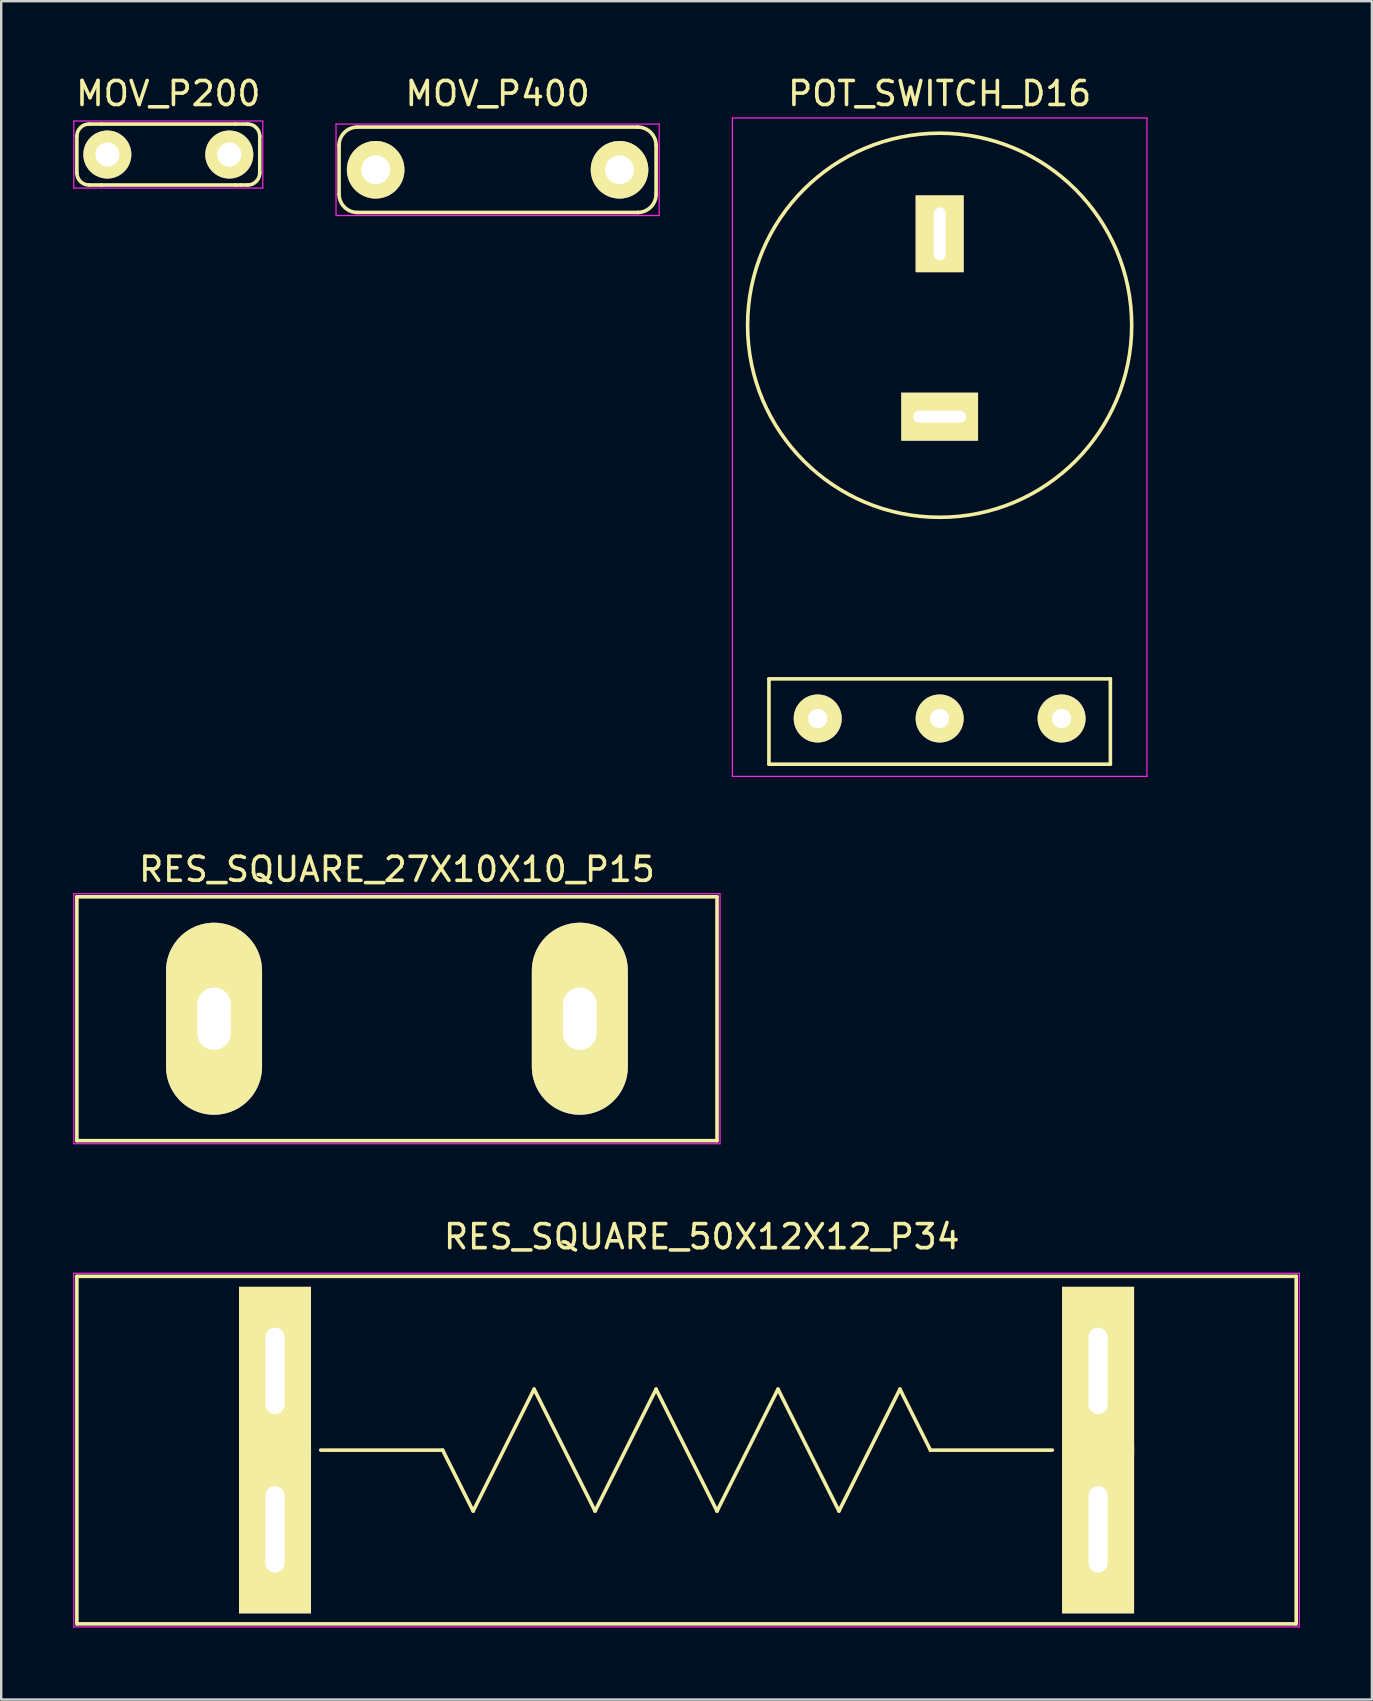
<source format=kicad_pcb>
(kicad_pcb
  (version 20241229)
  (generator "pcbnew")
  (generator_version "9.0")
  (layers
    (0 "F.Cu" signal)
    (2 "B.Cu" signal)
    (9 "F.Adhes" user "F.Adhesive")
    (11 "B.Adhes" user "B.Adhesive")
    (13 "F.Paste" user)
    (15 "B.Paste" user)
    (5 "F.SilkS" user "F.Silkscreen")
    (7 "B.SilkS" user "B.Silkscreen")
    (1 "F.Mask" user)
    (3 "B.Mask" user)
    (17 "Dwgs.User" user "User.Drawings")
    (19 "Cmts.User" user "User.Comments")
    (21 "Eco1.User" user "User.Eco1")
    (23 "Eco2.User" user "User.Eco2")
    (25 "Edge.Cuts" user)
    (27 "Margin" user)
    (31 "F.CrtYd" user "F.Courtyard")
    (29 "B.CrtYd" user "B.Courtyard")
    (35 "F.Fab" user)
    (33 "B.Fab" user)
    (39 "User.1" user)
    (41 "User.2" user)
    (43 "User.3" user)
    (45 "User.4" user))
  (footprint "POT_SWITCH_D16"
    (layer "F.Cu")
    (at 31.017 26.883)
    (property "Reference" "POT_SWITCH_D16" (at 5.08 -26.035 0) (layer "F.SilkS") (effects (font (size 1 1) (thickness 0.15))))
    (attr through_hole)
    (fp_line (start -2.032 -1.651) (end -2.032 1.905) (stroke (width 0.15) (type solid)) (layer "F.SilkS"))
    (fp_line (start -2.032 1.905) (end 12.192 1.905) (stroke (width 0.15) (type solid)) (layer "F.SilkS"))
    (fp_line (start 12.192 -1.651) (end -2.032 -1.651) (stroke (width 0.15) (type solid)) (layer "F.SilkS"))
    (fp_line (start 12.192 1.905) (end 12.192 -1.651) (stroke (width 0.15) (type solid)) (layer "F.SilkS"))
    (fp_circle (center 5.08 -16.383) (end 13.081 -16.383) (stroke (width 0.15) (type solid)) (fill no) (layer "F.SilkS"))
    (fp_line (start -3.556 -25.019) (end -3.556 2.413) (stroke (width 0.05) (type solid)) (layer "F.CrtYd"))
    (fp_line (start -3.556 2.413) (end 13.716 2.413) (stroke (width 0.05) (type solid)) (layer "F.CrtYd"))
    (fp_line (start 13.716 -25.019) (end -3.556 -25.019) (stroke (width 0.05) (type solid)) (layer "F.CrtYd"))
    (fp_line (start 13.716 2.413) (end 13.716 -25.019) (stroke (width 0.05) (type solid)) (layer "F.CrtYd"))
    (pad "1" thru_hole circle (at 0 0) (size 2 2) (drill 0.8) (layers "*.Cu" "*.Mask" "F.SilkS"))
    (pad "2" thru_hole circle (at 5.08 0) (size 2 2) (drill 0.8) (layers "*.Cu" "*.Mask" "F.SilkS"))
    (pad "3" thru_hole circle (at 10.16 0) (size 2 2) (drill 0.8) (layers "*.Cu" "*.Mask" "F.SilkS"))
    (pad "4" thru_hole trapezoid (at 5.08 -20.193) (size 2 3.2) (drill oval 0.5 2.2) (layers "*.Cu" "*.Mask" "F.SilkS"))
    (pad "5" thru_hole trapezoid (at 5.08 -12.573) (size 3.2 2) (drill oval 2.2 0.5) (layers "*.Cu" "*.Mask" "F.SilkS")))
  (footprint "RES_SQUARE_50X12X12_P34"
    (layer "F.Cu")
    (at 8.407 57.363)
    (property "Reference" "RES_SQUARE_50X12X12_P34" (at 17.78 -8.89 0) (layer "F.SilkS") (effects (font (size 1 1) (thickness 0.15))))
    (attr through_hole)
    (fp_line (start -8.255 -7.239) (end -8.255 7.239) (stroke (width 0.15) (type solid)) (layer "F.SilkS"))
    (fp_line (start -8.255 -7.239) (end 42.545 -7.239) (stroke (width 0.15) (type solid)) (layer "F.SilkS"))
    (fp_line (start 1.905 0) (end 6.985 0) (stroke (width 0.15) (type solid)) (layer "F.SilkS"))
    (fp_line (start 6.985 0) (end 8.255 2.54) (stroke (width 0.15) (type solid)) (layer "F.SilkS"))
    (fp_line (start 8.255 2.54) (end 10.795 -2.54) (stroke (width 0.15) (type solid)) (layer "F.SilkS"))
    (fp_line (start 10.795 -2.54) (end 13.335 2.54) (stroke (width 0.15) (type solid)) (layer "F.SilkS"))
    (fp_line (start 13.335 2.54) (end 15.875 -2.54) (stroke (width 0.15) (type solid)) (layer "F.SilkS"))
    (fp_line (start 15.875 -2.54) (end 18.415 2.54) (stroke (width 0.15) (type solid)) (layer "F.SilkS"))
    (fp_line (start 18.415 2.54) (end 20.955 -2.54) (stroke (width 0.15) (type solid)) (layer "F.SilkS"))
    (fp_line (start 20.955 -2.54) (end 23.495 2.54) (stroke (width 0.15) (type solid)) (layer "F.SilkS"))
    (fp_line (start 23.495 2.54) (end 26.035 -2.54) (stroke (width 0.15) (type solid)) (layer "F.SilkS"))
    (fp_line (start 26.035 -2.54) (end 27.305 0) (stroke (width 0.15) (type solid)) (layer "F.SilkS"))
    (fp_line (start 27.305 0) (end 32.385 0) (stroke (width 0.15) (type solid)) (layer "F.SilkS"))
    (fp_line (start 42.545 7.239) (end -8.255 7.239) (stroke (width 0.15) (type solid)) (layer "F.SilkS"))
    (fp_line (start 42.545 7.239) (end 42.545 -7.239) (stroke (width 0.15) (type solid)) (layer "F.SilkS"))
    (fp_line (start -8.382 -7.366) (end 42.672 -7.366) (stroke (width 0.05) (type solid)) (layer "F.CrtYd"))
    (fp_line (start -8.382 7.366) (end -8.382 -7.366) (stroke (width 0.05) (type solid)) (layer "F.CrtYd"))
    (fp_line (start 42.672 -7.366) (end 42.672 7.366) (stroke (width 0.05) (type solid)) (layer "F.CrtYd"))
    (fp_line (start 42.672 7.366) (end -8.382 7.366) (stroke (width 0.05) (type solid)) (layer "F.CrtYd"))
    (pad "1" thru_hole trapezoid (at 0 -3.302) (size 3 7) (drill oval 0.8 3.6) (layers "*.Cu" "*.Mask" "F.SilkS"))
    (pad "1" thru_hole trapezoid (at 0 3.302) (size 3 7) (drill oval 0.8 3.6) (layers "*.Cu" "*.Mask" "F.SilkS"))
    (pad "2" thru_hole trapezoid (at 34.29 -3.302) (size 3 7) (drill oval 0.8 3.6) (layers "*.Cu" "*.Mask" "F.SilkS"))
    (pad "2" thru_hole trapezoid (at 34.29 3.302) (size 3 7) (drill oval 0.8 3.6) (layers "*.Cu" "*.Mask" "F.SilkS")))
  (footprint "RES_SQUARE_27X10X10_P15"
    (layer "F.Cu")
    (at 13.487 39.392)
    (property "Reference" "RES_SQUARE_27X10X10_P15" (at 0 -6.223 0) (layer "F.SilkS") (effects (font (size 1 1) (thickness 0.15))))
    (attr through_hole)
    (fp_line (start -13.335 -5.08) (end 13.335 -5.08) (stroke (width 0.15) (type solid)) (layer "F.SilkS"))
    (fp_line (start -13.335 5.08) (end -13.335 -5.08) (stroke (width 0.15) (type solid)) (layer "F.SilkS"))
    (fp_line (start 13.335 -5.08) (end 13.335 5.08) (stroke (width 0.15) (type solid)) (layer "F.SilkS"))
    (fp_line (start 13.335 5.08) (end -13.335 5.08) (stroke (width 0.15) (type solid)) (layer "F.SilkS"))
    (fp_line (start -13.462 -5.207) (end 13.462 -5.207) (stroke (width 0.05) (type solid)) (layer "F.CrtYd"))
    (fp_line (start -13.462 5.207) (end -13.462 -5.207) (stroke (width 0.05) (type solid)) (layer "F.CrtYd"))
    (fp_line (start 13.462 -5.207) (end 13.462 5.207) (stroke (width 0.05) (type solid)) (layer "F.CrtYd"))
    (fp_line (start 13.462 5.207) (end -13.462 5.207) (stroke (width 0.05) (type solid)) (layer "F.CrtYd"))
    (pad "1" thru_hole oval (at -7.62 0) (size 4 8) (drill oval 1.4 2.6) (layers "*.Cu" "*.Mask" "F.SilkS"))
    (pad "2" thru_hole oval (at 7.62 0) (size 4 8) (drill oval 1.4 2.6) (layers "*.Cu" "*.Mask" "F.SilkS")))
  (footprint "MOV_P200"
    (layer "F.Cu")
    (at 1.422 3.388)
    (property "Reference" "MOV_P200" (at 2.54 -2.54 0) (layer "F.SilkS") (effects (font (size 1 1) (thickness 0.15))))
    (attr through_hole)
    (fp_line (start -1.27 -0.762) (end -1.27 0.762) (stroke (width 0.15) (type solid)) (layer "F.SilkS"))
    (fp_line (start -0.762 1.27) (end -0.254 1.27) (stroke (width 0.15) (type solid)) (layer "F.SilkS"))
    (fp_line (start -0.254 -1.27) (end -0.762 -1.27) (stroke (width 0.15) (type solid)) (layer "F.SilkS"))
    (fp_line (start -0.254 1.27) (end 5.334 1.27) (stroke (width 0.15) (type solid)) (layer "F.SilkS"))
    (fp_line (start 5.334 -1.27) (end -0.254 -1.27) (stroke (width 0.15) (type solid)) (layer "F.SilkS"))
    (fp_line (start 5.334 1.27) (end 5.588 1.27) (stroke (width 0.15) (type solid)) (layer "F.SilkS"))
    (fp_line (start 5.588 1.27) (end 5.842 1.27) (stroke (width 0.15) (type solid)) (layer "F.SilkS"))
    (fp_line (start 5.842 -1.27) (end 5.334 -1.27) (stroke (width 0.15) (type solid)) (layer "F.SilkS"))
    (fp_line (start 6.35 0.762) (end 6.35 -0.762) (stroke (width 0.15) (type solid)) (layer "F.SilkS"))
    (fp_arc (start -1.27 -0.762) (mid -1.12121 -1.12121) (end -0.762 -1.27) (stroke (width 0.15) (type solid)) (layer "F.SilkS"))
    (fp_arc (start -0.762 1.27) (mid -1.12121 1.12121) (end -1.27 0.762) (stroke (width 0.15) (type solid)) (layer "F.SilkS"))
    (fp_arc (start 5.842 -1.27) (mid 6.20121 -1.12121) (end 6.35 -0.762) (stroke (width 0.15) (type solid)) (layer "F.SilkS"))
    (fp_arc (start 6.35 0.762) (mid 6.20121 1.12121) (end 5.842 1.27) (stroke (width 0.15) (type solid)) (layer "F.SilkS"))
    (fp_line (start -1.397 -1.397) (end -1.397 1.397) (stroke (width 0.05) (type solid)) (layer "F.CrtYd"))
    (fp_line (start -1.397 1.397) (end 6.477 1.397) (stroke (width 0.05) (type solid)) (layer "F.CrtYd"))
    (fp_line (start 6.477 -1.397) (end -1.397 -1.397) (stroke (width 0.05) (type solid)) (layer "F.CrtYd"))
    (fp_line (start 6.477 1.397) (end 6.477 -1.397) (stroke (width 0.05) (type solid)) (layer "F.CrtYd"))
    (pad "1" thru_hole circle (at 0 0) (size 2 2) (drill 1) (layers "*.Cu" "*.Mask" "F.SilkS"))
    (pad "2" thru_hole circle (at 5.08 0) (size 2 2) (drill 1) (layers "*.Cu" "*.Mask" "F.SilkS")))
  (footprint "MOV_P400"
    (layer "F.Cu")
    (at 12.6 4.023)
    (property "Reference" "MOV_P400" (at 5.08 -3.175 0) (layer "F.SilkS") (effects (font (size 1 1) (thickness 0.15))))
    (attr through_hole)
    (fp_line (start -1.524 1.016) (end -1.524 -1.016) (stroke (width 0.15) (type solid)) (layer "F.SilkS"))
    (fp_line (start -0.762 -1.778) (end 10.922 -1.778) (stroke (width 0.15) (type solid)) (layer "F.SilkS"))
    (fp_line (start 10.922 1.778) (end -0.762 1.778) (stroke (width 0.15) (type solid)) (layer "F.SilkS"))
    (fp_line (start 11.684 -1.016) (end 11.684 1.016) (stroke (width 0.15) (type solid)) (layer "F.SilkS"))
    (fp_arc (start -1.524 -1.016) (mid -1.300815 -1.554815) (end -0.762 -1.778) (stroke (width 0.15) (type solid)) (layer "F.SilkS"))
    (fp_arc (start -0.762 1.778) (mid -1.300815 1.554815) (end -1.524 1.016) (stroke (width 0.15) (type solid)) (layer "F.SilkS"))
    (fp_arc (start 10.922 -1.778) (mid 11.460815 -1.554815) (end 11.684 -1.016) (stroke (width 0.15) (type solid)) (layer "F.SilkS"))
    (fp_arc (start 11.684 1.016) (mid 11.460815 1.554815) (end 10.922 1.778) (stroke (width 0.15) (type solid)) (layer "F.SilkS"))
    (fp_line (start -1.651 -1.905) (end 11.811 -1.905) (stroke (width 0.05) (type solid)) (layer "F.CrtYd"))
    (fp_line (start -1.651 1.905) (end -1.651 -1.905) (stroke (width 0.05) (type solid)) (layer "F.CrtYd"))
    (fp_line (start 11.811 -1.905) (end 11.811 1.905) (stroke (width 0.05) (type solid)) (layer "F.CrtYd"))
    (fp_line (start 11.811 1.905) (end -1.651 1.905) (stroke (width 0.05) (type solid)) (layer "F.CrtYd"))
    (pad "1" thru_hole circle (at 0 0) (size 2.4 2.4) (drill 1.2) (layers "*.Cu" "*.Mask" "F.SilkS"))
    (pad "2" thru_hole circle (at 10.16 0) (size 2.4 2.4) (drill 1.2) (layers "*.Cu" "*.Mask" "F.SilkS")))
  (gr_rect
    (start -3 -3)
    (end 54.104 67.754)
    (stroke (width 0.1) (type default))
    (fill no)
    (layer "Edge.Cuts")))
</source>
